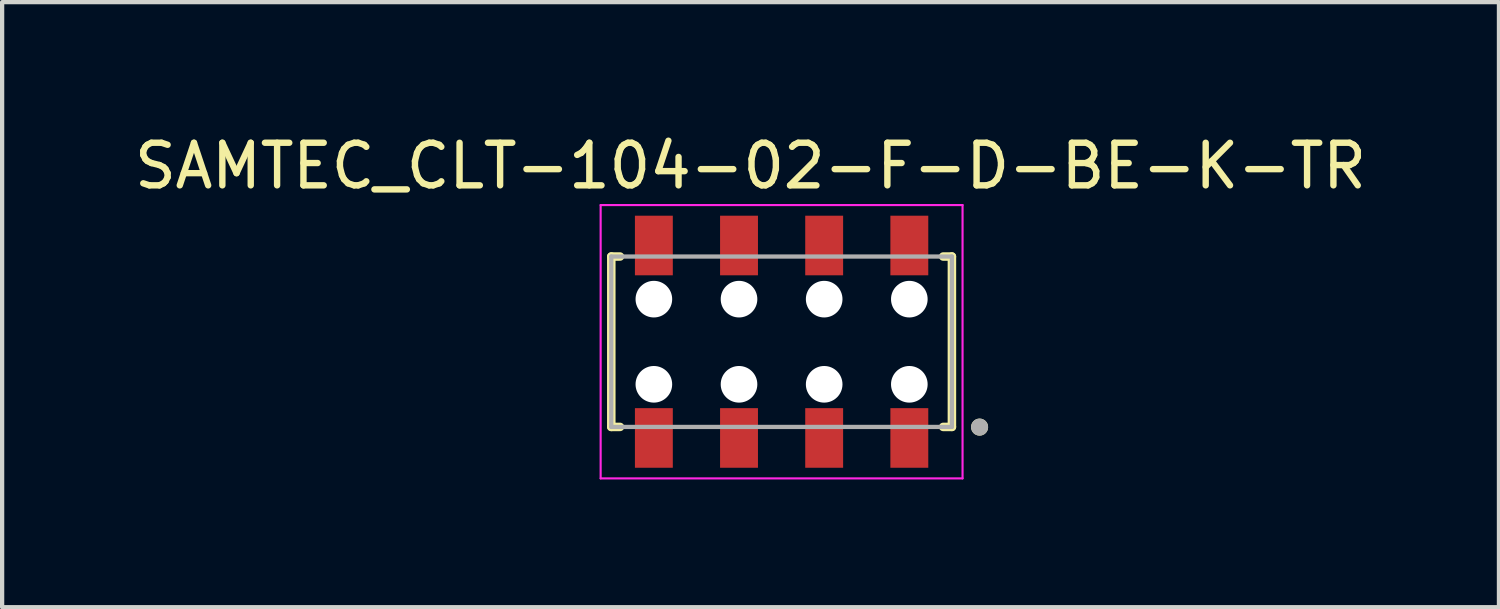
<source format=kicad_pcb>
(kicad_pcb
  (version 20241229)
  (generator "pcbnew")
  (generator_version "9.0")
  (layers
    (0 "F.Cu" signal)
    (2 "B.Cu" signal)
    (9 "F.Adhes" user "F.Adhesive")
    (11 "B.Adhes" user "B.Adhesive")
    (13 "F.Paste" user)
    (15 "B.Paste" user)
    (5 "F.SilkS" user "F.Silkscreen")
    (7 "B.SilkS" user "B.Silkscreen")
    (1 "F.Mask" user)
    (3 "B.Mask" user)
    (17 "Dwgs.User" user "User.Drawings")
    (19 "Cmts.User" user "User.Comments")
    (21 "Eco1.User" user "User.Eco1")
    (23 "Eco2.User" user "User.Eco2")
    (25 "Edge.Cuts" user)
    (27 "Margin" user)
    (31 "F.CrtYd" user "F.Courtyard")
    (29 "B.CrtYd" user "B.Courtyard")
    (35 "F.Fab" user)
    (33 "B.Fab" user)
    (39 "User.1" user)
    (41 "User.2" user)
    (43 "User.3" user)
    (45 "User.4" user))
  (footprint "SAMTEC_CLT-104-02-F-D-BE-K-TR"
    (layer "F.Cu")
    (at 15.307 4.976)
    (property "Reference" "SAMTEC_CLT-104-02-F-D-BE-K-TR" (at -0.73 -4.128 0) (layer "F.SilkS") (effects (font (size 1 1) (thickness 0.15))))
    (attr smd)
    (fp_line (start -4 -2.001) (end -4 2.001) (stroke (width 0.2) (type solid)) (layer "F.SilkS"))
    (fp_line (start -4 2.001) (end -3.795 2.001) (stroke (width 0.2) (type solid)) (layer "F.SilkS"))
    (fp_line (start -3.795 -2.001) (end -4 -2.001) (stroke (width 0.2) (type solid)) (layer "F.SilkS"))
    (fp_line (start 3.795 2.001) (end 4 2.001) (stroke (width 0.2) (type solid)) (layer "F.SilkS"))
    (fp_line (start 4 -2.001) (end 3.795 -2.001) (stroke (width 0.2) (type solid)) (layer "F.SilkS"))
    (fp_line (start 4 2.001) (end 4 -2.001) (stroke (width 0.2) (type solid)) (layer "F.SilkS"))
    (fp_circle (center 4.65 2.005) (end 4.75 2.005) (stroke (width 0.2) (type solid)) (fill no) (layer "F.SilkS"))
    (fp_line (start -4.25 -3.21) (end -4.25 3.21) (stroke (width 0.05) (type solid)) (layer "F.CrtYd"))
    (fp_line (start -4.25 3.21) (end 4.25 3.21) (stroke (width 0.05) (type solid)) (layer "F.CrtYd"))
    (fp_line (start 4.25 -3.21) (end -4.25 -3.21) (stroke (width 0.05) (type solid)) (layer "F.CrtYd"))
    (fp_line (start 4.25 3.21) (end 4.25 -3.21) (stroke (width 0.05) (type solid)) (layer "F.CrtYd"))
    (fp_line (start -4 -2.001) (end -4 2.001) (stroke (width 0.1) (type solid)) (layer "F.Fab"))
    (fp_line (start -4 2.001) (end 4 2.001) (stroke (width 0.1) (type solid)) (layer "F.Fab"))
    (fp_line (start 4 -2.001) (end -4 -2.001) (stroke (width 0.1) (type solid)) (layer "F.Fab"))
    (fp_line (start 4 2.001) (end 4 -2.001) (stroke (width 0.1) (type solid)) (layer "F.Fab"))
    (fp_circle (center 4.65 2.005) (end 4.75 2.005) (stroke (width 0.2) (type solid)) (fill no) (layer "F.Fab"))
    (pad "" np_thru_hole circle (at -3 -1) (size 0.86 0.86) (drill 0.86) (layers "*.Cu" "*.Mask"))
    (pad "" np_thru_hole circle (at -3 1) (size 0.86 0.86) (drill 0.86) (layers "*.Cu" "*.Mask"))
    (pad "" np_thru_hole circle (at -1 -1) (size 0.86 0.86) (drill 0.86) (layers "*.Cu" "*.Mask"))
    (pad "" np_thru_hole circle (at -1 1) (size 0.86 0.86) (drill 0.86) (layers "*.Cu" "*.Mask"))
    (pad "" np_thru_hole circle (at 1 -1) (size 0.86 0.86) (drill 0.86) (layers "*.Cu" "*.Mask"))
    (pad "" np_thru_hole circle (at 1 1) (size 0.86 0.86) (drill 0.86) (layers "*.Cu" "*.Mask"))
    (pad "" np_thru_hole circle (at 3 -1) (size 0.86 0.86) (drill 0.86) (layers "*.Cu" "*.Mask"))
    (pad "" np_thru_hole circle (at 3 1) (size 0.86 0.86) (drill 0.86) (layers "*.Cu" "*.Mask"))
    (pad "01" smd rect (at 3 2.26) (size 0.89 1.4) (layers "F.Cu" "F.Mask" "F.Paste"))
    (pad "02" smd rect (at 3 -2.26) (size 0.89 1.4) (layers "F.Cu" "F.Mask" "F.Paste"))
    (pad "03" smd rect (at 1 2.26) (size 0.89 1.4) (layers "F.Cu" "F.Mask" "F.Paste"))
    (pad "04" smd rect (at 1 -2.26) (size 0.89 1.4) (layers "F.Cu" "F.Mask" "F.Paste"))
    (pad "05" smd rect (at -1 2.26) (size 0.89 1.4) (layers "F.Cu" "F.Mask" "F.Paste"))
    (pad "06" smd rect (at -1 -2.26) (size 0.89 1.4) (layers "F.Cu" "F.Mask" "F.Paste"))
    (pad "07" smd rect (at -3 2.26) (size 0.89 1.4) (layers "F.Cu" "F.Mask" "F.Paste"))
    (pad "08" smd rect (at -3 -2.26) (size 0.89 1.4) (layers "F.Cu" "F.Mask" "F.Paste")))
  (gr_rect
    (start -3 -3)
    (end 32.155 11.211)
    (stroke (width 0.1) (type default))
    (fill no)
    (layer "Edge.Cuts")))
</source>
